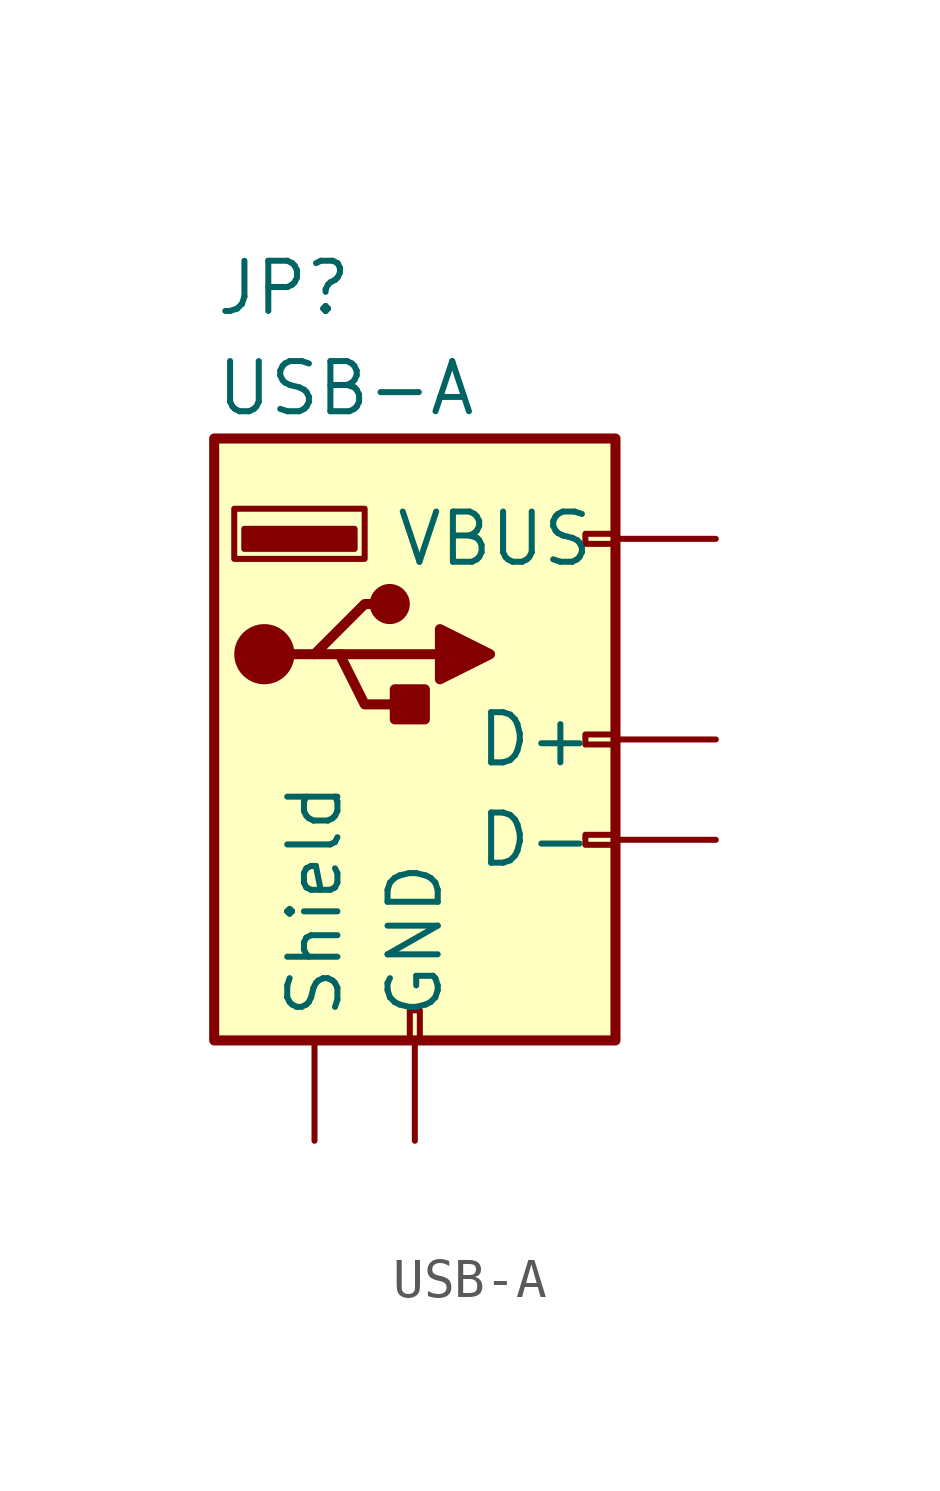
<source format=kicad_sym>
(kicad_symbol_lib
  (version 20211014)
  (generator kicad_symbol_editor)
  (symbol "USB-A"
    (pin_numbers hide)
    (property "Reference" "JP"
      (at -5.08 11.43 0)
      (effects (font (size 1.27 1.27)) (justify left)))
    (property "Value" "USB-A"
      (at -5.08 8.89 0)
      (effects (font (size 1.27 1.27)) (justify left)))
    (symbol "USB-A_0_1"
      (rectangle (start -5.08 -7.62) (end 5.08 7.62) (stroke (width 0.254) (type default) (color 0 0 0 0)) (fill (type background)))
      (circle (center -3.81 2.159) (radius 0.635) (stroke (width 0.254) (type default) (color 0 0 0 0)) (fill (type outline)))
      (rectangle (start -1.524 4.826) (end -4.318 5.334) (stroke (width 0) (type default) (color 0 0 0 0)) (fill (type outline)))
      (rectangle (start -1.27 4.572) (end -4.572 5.842) (stroke (width 0) (type default) (color 0 0 0 0)) (fill (type none)))
      (circle (center -0.635 3.429) (radius 0.381) (stroke (width 0.254) (type default) (color 0 0 0 0)) (fill (type outline)))
      (rectangle (start -0.127 -7.62) (end 0.127 -6.858) (stroke (width 0) (type default) (color 0 0 0 0)) (fill (type none)))
      (polyline (pts (xy -3.175 2.159) (xy -2.54 2.159) (xy -1.27 3.429) (xy -0.635 3.429)) (stroke (width 0.254) (type default) (color 0 0 0 0)) (fill (type none)))
      (polyline (pts (xy -2.54 2.159) (xy -1.905 2.159) (xy -1.27 0.889) (xy 0 0.889)) (stroke (width 0.254) (type default) (color 0 0 0 0)) (fill (type none)))
      (polyline (pts (xy 0.635 2.794) (xy 0.635 1.524) (xy 1.905 2.159) (xy 0.635 2.794)) (stroke (width 0.254) (type default) (color 0 0 0 0)) (fill (type outline)))
      (rectangle (start 0.254 1.27) (end -0.508 0.508) (stroke (width 0.254) (type default) (color 0 0 0 0)) (fill (type outline)))
      (rectangle (start 5.08 -2.667) (end 4.318 -2.413) (stroke (width 0) (type default) (color 0 0 0 0)) (fill (type none)))
      (rectangle (start 5.08 -0.127) (end 4.318 0.127) (stroke (width 0) (type default) (color 0 0 0 0)) (fill (type none)))
      (rectangle (start 5.08 4.953) (end 4.318 5.207) (stroke (width 0) (type default) (color 0 0 0 0)) (fill (type none))))
    (symbol "USB-A_1_1"
      (polyline (pts (xy -1.905 2.159) (xy 0.635 2.159)) (stroke (width 0.254) (type default) (color 0 0 0 0)) (fill (type none)))
      (pin power_in line (at 7.62 5.08 180) (length 2.54) (name "VBUS" (effects (font (size 1.27 1.27)))) (number "1" (effects (font (size 1.27 1.27)))))
      (pin bidirectional line (at 7.62 -2.54 180) (length 2.54) (name "D-" (effects (font (size 1.27 1.27)))) (number "2" (effects (font (size 1.27 1.27)))))
      (pin bidirectional line (at 7.62 0 180) (length 2.54) (name "D+" (effects (font (size 1.27 1.27)))) (number "3" (effects (font (size 1.27 1.27)))))
      (pin power_in line (at 0 -10.16 90) (length 2.54) (name "GND" (effects (font (size 1.27 1.27)))) (number "4" (effects (font (size 1.27 1.27)))))
      (pin passive line (at -2.54 -10.16 90) (length 2.54) (name "Shield" (effects (font (size 1.27 1.27)))) (number "SHIELD" (effects (font (size 1.27 1.27))))))))
</source>
